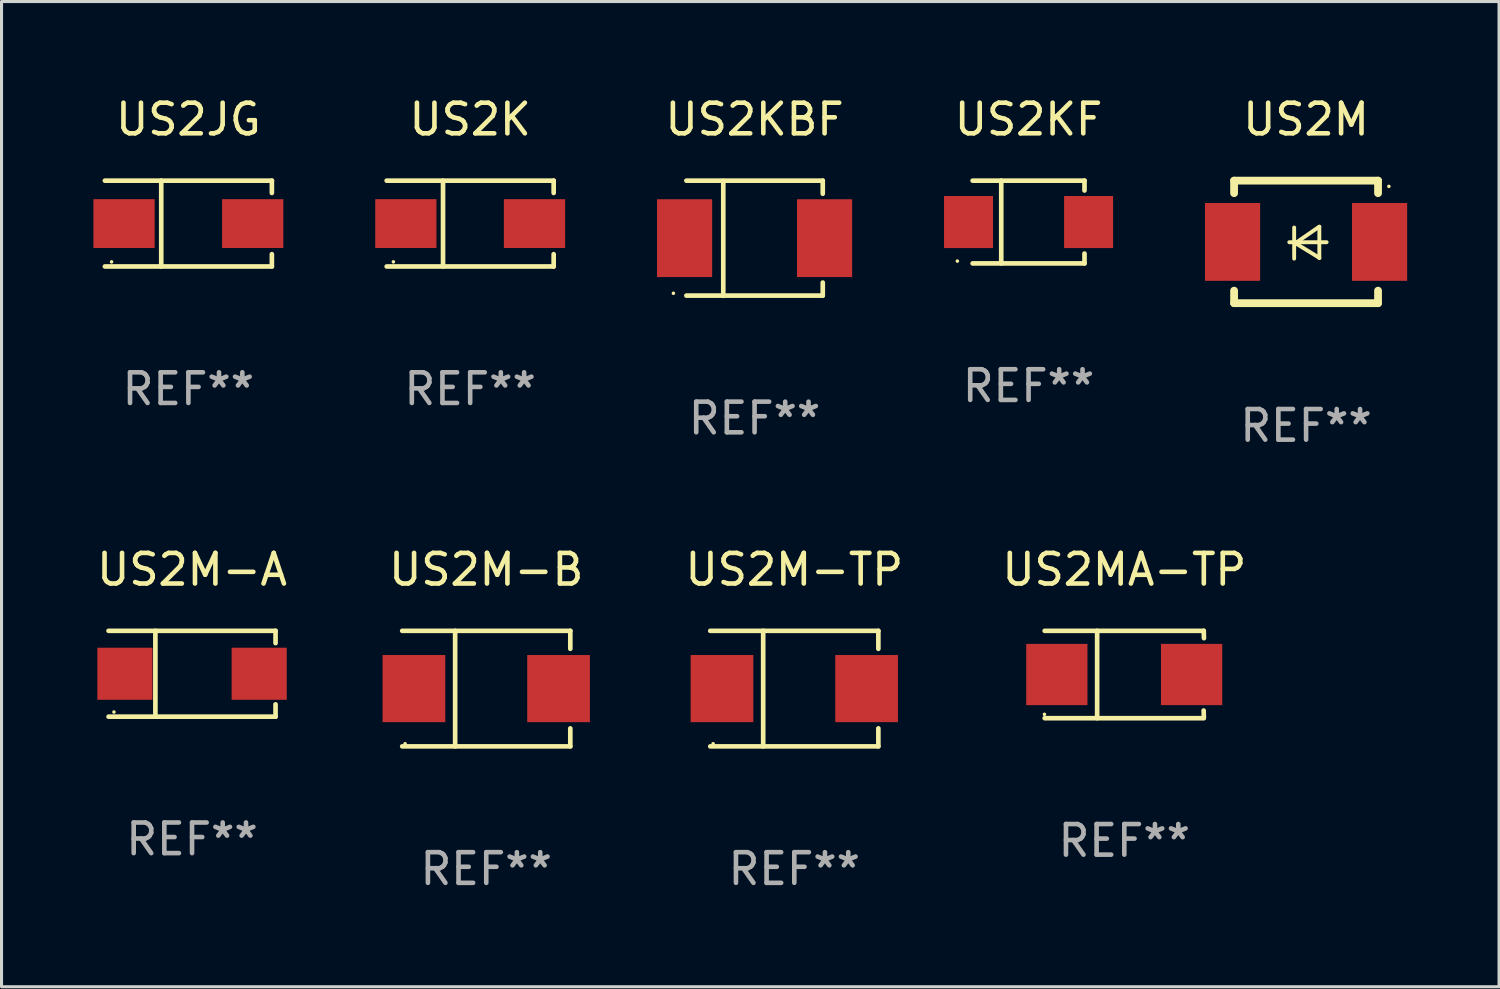
<source format=kicad_pcb>
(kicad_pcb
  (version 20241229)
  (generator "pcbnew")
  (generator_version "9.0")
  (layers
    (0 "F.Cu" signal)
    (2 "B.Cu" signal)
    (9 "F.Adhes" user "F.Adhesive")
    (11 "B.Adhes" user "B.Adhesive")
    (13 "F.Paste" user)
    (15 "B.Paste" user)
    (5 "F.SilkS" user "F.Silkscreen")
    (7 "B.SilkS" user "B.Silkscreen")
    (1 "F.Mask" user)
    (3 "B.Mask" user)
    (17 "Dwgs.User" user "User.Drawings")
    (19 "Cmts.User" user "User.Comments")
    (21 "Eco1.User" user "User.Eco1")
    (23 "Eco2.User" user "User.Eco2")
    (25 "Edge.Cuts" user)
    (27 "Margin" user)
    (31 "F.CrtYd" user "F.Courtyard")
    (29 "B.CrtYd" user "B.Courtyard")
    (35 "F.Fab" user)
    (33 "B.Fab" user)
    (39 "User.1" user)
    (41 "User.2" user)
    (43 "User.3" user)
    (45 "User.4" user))
  (footprint "US2K"
    (layer "F.Cu")
    (at 12.3 4.249)
    (property "Reference" "US2K" (at 0 -3.401 0) (layer "F.SilkS") (effects (font (size 1 1) (thickness 0.15))))
    (attr through_hole)
    (fp_line (start -2.726 -1.401) (end 2.726 -1.401) (stroke (width 0.152) (type solid)) (layer "F.SilkS"))
    (fp_line (start -2.726 1.401) (end 2.726 1.401) (stroke (width 0.152) (type solid)) (layer "F.SilkS"))
    (fp_line (start -0.886 -1.401) (end -0.886 1.401) (stroke (width 0.152) (type solid)) (layer "F.SilkS"))
    (fp_line (start 2.726 -1.401) (end 2.726 -1) (stroke (width 0.152) (type solid)) (layer "F.SilkS"))
    (fp_line (start 2.726 1.401) (end 2.726 1) (stroke (width 0.152) (type solid)) (layer "F.SilkS"))
    (fp_circle (center -2.507 1.25) (end -2.477 1.25) (stroke (width 0.06) (type solid)) (fill no) (layer "F.SilkS"))
    (fp_text user "REF**" (at 0 5.401 0) (layer "F.Fab") (effects (font (size 1 1) (thickness 0.15))))
    (pad "1" smd rect (at -2.1 0 180) (size 2 1.593) (layers "F.Cu" "F.Mask" "F.Paste"))
    (pad "2" smd rect (at 2.1 0 180) (size 2 1.593) (layers "F.Cu" "F.Mask" "F.Paste")))
  (footprint "US2KBF"
    (layer "F.Cu")
    (at 21.585 4.728)
    (property "Reference" "US2KBF" (at 0 -3.88 0) (layer "F.SilkS") (effects (font (size 1 1) (thickness 0.15))))
    (attr through_hole)
    (fp_line (start -2.226 -1.88) (end 2.226 -1.88) (stroke (width 0.152) (type solid)) (layer "F.SilkS"))
    (fp_line (start -2.226 1.873) (end 2.226 1.873) (stroke (width 0.152) (type solid)) (layer "F.SilkS"))
    (fp_line (start -1.022 -1.873) (end -1.022 1.88) (stroke (width 0.152) (type solid)) (layer "F.SilkS"))
    (fp_line (start 2.226 -1.88) (end 2.226 -1.453) (stroke (width 0.152) (type solid)) (layer "F.SilkS"))
    (fp_line (start 2.226 1.447) (end 2.226 1.873) (stroke (width 0.152) (type solid)) (layer "F.SilkS"))
    (fp_circle (center -2.65 1.797) (end -2.62 1.797) (stroke (width 0.06) (type solid)) (fill no) (layer "F.SilkS"))
    (fp_text user "REF**" (at 0 5.88 0) (layer "F.Fab") (effects (font (size 1 1) (thickness 0.15))))
    (pad "1" smd rect (at -2.285 -0.003) (size 1.8 2.54) (layers "F.Cu" "F.Mask" "F.Paste"))
    (pad "2" smd rect (at 2.285 -0.003) (size 1.8 2.54) (layers "F.Cu" "F.Mask" "F.Paste")))
  (footprint "US2JG"
    (layer "F.Cu")
    (at 3.1 4.249)
    (property "Reference" "US2JG" (at 0 -3.401 0) (layer "F.SilkS") (effects (font (size 1 1) (thickness 0.15))))
    (attr through_hole)
    (fp_line (start -2.726 -1.401) (end 2.726 -1.401) (stroke (width 0.152) (type solid)) (layer "F.SilkS"))
    (fp_line (start -2.726 1.401) (end 2.726 1.401) (stroke (width 0.152) (type solid)) (layer "F.SilkS"))
    (fp_line (start -0.886 -1.401) (end -0.886 1.401) (stroke (width 0.152) (type solid)) (layer "F.SilkS"))
    (fp_line (start 2.726 -1.401) (end 2.726 -1) (stroke (width 0.152) (type solid)) (layer "F.SilkS"))
    (fp_line (start 2.726 1.401) (end 2.726 1) (stroke (width 0.152) (type solid)) (layer "F.SilkS"))
    (fp_circle (center -2.507 1.25) (end -2.477 1.25) (stroke (width 0.06) (type solid)) (fill no) (layer "F.SilkS"))
    (fp_text user "REF**" (at 0 5.401 0) (layer "F.Fab") (effects (font (size 1 1) (thickness 0.15))))
    (pad "1" smd rect (at -2.1 0 180) (size 2 1.593) (layers "F.Cu" "F.Mask" "F.Paste"))
    (pad "2" smd rect (at 2.1 0 180) (size 2 1.593) (layers "F.Cu" "F.Mask" "F.Paste")))
  (footprint "US2M-B"
    (layer "F.Cu")
    (at 12.825 19.431)
    (property "Reference" "US2M-B" (at 0 -3.886 0) (layer "F.SilkS") (effects (font (size 1 1) (thickness 0.15))))
    (attr through_hole)
    (fp_line (start -2.744 -1.886) (end 2.744 -1.886) (stroke (width 0.152) (type solid)) (layer "F.SilkS"))
    (fp_line (start -2.744 1.886) (end 2.744 1.886) (stroke (width 0.152) (type solid)) (layer "F.SilkS"))
    (fp_line (start -1.016 -1.886) (end -1.016 1.886) (stroke (width 0.152) (type solid)) (layer "F.SilkS"))
    (fp_line (start 2.744 -1.886) (end 2.744 -1.299) (stroke (width 0.152) (type solid)) (layer "F.SilkS"))
    (fp_line (start 2.744 1.886) (end 2.744 1.299) (stroke (width 0.152) (type solid)) (layer "F.SilkS"))
    (fp_circle (center -2.65 1.8) (end -2.62 1.8) (stroke (width 0.06) (type solid)) (fill no) (layer "F.SilkS"))
    (fp_text user "REF**" (at 0 5.886 0) (layer "F.Fab") (effects (font (size 1 1) (thickness 0.15))))
    (pad "1" smd rect (at -2.361 0) (size 2.047 2.192) (layers "F.Cu" "F.Mask" "F.Paste"))
    (pad "2" smd rect (at 2.361 0) (size 2.047 2.192) (layers "F.Cu" "F.Mask" "F.Paste")))
  (footprint "US2MA-TP"
    (layer "F.Cu")
    (at 33.656 18.971)
    (property "Reference" "US2MA-TP" (at 0 -3.426 0) (layer "F.SilkS") (effects (font (size 1 1) (thickness 0.15))))
    (attr through_hole)
    (fp_line (start -2.6 -1.426) (end 2.593 -1.426) (stroke (width 0.152) (type solid)) (layer "F.SilkS"))
    (fp_line (start -2.6 1.426) (end 2.593 1.426) (stroke (width 0.152) (type solid)) (layer "F.SilkS"))
    (fp_line (start -0.887 -1.426) (end -0.887 1.426) (stroke (width 0.152) (type solid)) (layer "F.SilkS"))
    (fp_line (start 2.59 1.176) (end 2.597 1.415) (stroke (width 0.152) (type solid)) (layer "F.SilkS"))
    (fp_line (start 2.593 -1.426) (end 2.6 -1.187) (stroke (width 0.152) (type solid)) (layer "F.SilkS"))
    (fp_circle (center -2.608 1.3) (end -2.578 1.3) (stroke (width 0.06) (type solid)) (fill no) (layer "F.SilkS"))
    (fp_text user "REF**" (at 0 5.426 0) (layer "F.Fab") (effects (font (size 1 1) (thickness 0.15))))
    (pad "1" smd rect (at -2.203 0 180) (size 2 2) (layers "F.Cu" "F.Mask" "F.Paste"))
    (pad "2" smd rect (at 2.197 0 180) (size 2 2) (layers "F.Cu" "F.Mask" "F.Paste")))
  (footprint "US2KF"
    (layer "F.Cu")
    (at 30.53 4.199)
    (property "Reference" "US2KF" (at 0 -3.351 0) (layer "F.SilkS") (effects (font (size 1 1) (thickness 0.15))))
    (attr through_hole)
    (fp_line (start -1.826 -1.351) (end 1.826 -1.351) (stroke (width 0.152) (type solid)) (layer "F.SilkS"))
    (fp_line (start -1.826 1.351) (end 1.826 1.351) (stroke (width 0.152) (type solid)) (layer "F.SilkS"))
    (fp_line (start -0.892 -1.351) (end -0.892 1.351) (stroke (width 0.152) (type solid)) (layer "F.SilkS"))
    (fp_line (start 1.826 -1.351) (end 1.826 -1.03) (stroke (width 0.152) (type solid)) (layer "F.SilkS"))
    (fp_line (start 1.826 1.03) (end 1.826 1.351) (stroke (width 0.152) (type solid)) (layer "F.SilkS"))
    (fp_circle (center -2.325 1.275) (end -2.295 1.275) (stroke (width 0.06) (type solid)) (fill no) (layer "F.SilkS"))
    (fp_text user "REF**" (at 0 5.351 0) (layer "F.Fab") (effects (font (size 1 1) (thickness 0.15))))
    (pad "1" smd rect (at -1.96 0 180) (size 1.6 1.7) (layers "F.Cu" "F.Mask" "F.Paste"))
    (pad "2" smd rect (at 1.96 0 180) (size 1.6 1.7) (layers "F.Cu" "F.Mask" "F.Paste")))
  (footprint "US2M-A"
    (layer "F.Cu")
    (at 3.22 18.946)
    (property "Reference" "US2M-A" (at 0 -3.401 0) (layer "F.SilkS") (effects (font (size 1 1) (thickness 0.15))))
    (attr through_hole)
    (fp_line (start -2.726 -1.401) (end 2.726 -1.401) (stroke (width 0.152) (type solid)) (layer "F.SilkS"))
    (fp_line (start -2.726 1.401) (end 2.726 1.401) (stroke (width 0.152) (type solid)) (layer "F.SilkS"))
    (fp_line (start -1.197 -1.401) (end -1.197 1.401) (stroke (width 0.152) (type solid)) (layer "F.SilkS"))
    (fp_line (start 2.726 -1.401) (end 2.726 -1) (stroke (width 0.152) (type solid)) (layer "F.SilkS"))
    (fp_line (start 2.726 1.401) (end 2.726 1) (stroke (width 0.152) (type solid)) (layer "F.SilkS"))
    (fp_circle (center -2.55 1.25) (end -2.52 1.25) (stroke (width 0.06) (type solid)) (fill no) (layer "F.SilkS"))
    (fp_text user "REF**" (at 0 5.401 0) (layer "F.Fab") (effects (font (size 1 1) (thickness 0.15))))
    (pad "1" smd rect (at -2.192 0) (size 1.8 1.7) (layers "F.Cu" "F.Mask" "F.Paste"))
    (pad "2" smd rect (at 2.192 0) (size 1.8 1.7) (layers "F.Cu" "F.Mask" "F.Paste")))
  (footprint "US2M-TP"
    (layer "F.Cu")
    (at 22.882 19.431)
    (property "Reference" "US2M-TP" (at 0 -3.886 0) (layer "F.SilkS") (effects (font (size 1 1) (thickness 0.15))))
    (attr through_hole)
    (fp_line (start -2.744 -1.886) (end 2.744 -1.886) (stroke (width 0.152) (type solid)) (layer "F.SilkS"))
    (fp_line (start -2.744 1.886) (end 2.744 1.886) (stroke (width 0.152) (type solid)) (layer "F.SilkS"))
    (fp_line (start -1.016 -1.886) (end -1.016 1.886) (stroke (width 0.152) (type solid)) (layer "F.SilkS"))
    (fp_line (start 2.744 -1.886) (end 2.744 -1.299) (stroke (width 0.152) (type solid)) (layer "F.SilkS"))
    (fp_line (start 2.744 1.886) (end 2.744 1.299) (stroke (width 0.152) (type solid)) (layer "F.SilkS"))
    (fp_circle (center -2.65 1.8) (end -2.62 1.8) (stroke (width 0.06) (type solid)) (fill no) (layer "F.SilkS"))
    (fp_text user "REF**" (at 0 5.886 0) (layer "F.Fab") (effects (font (size 1 1) (thickness 0.15))))
    (pad "1" smd rect (at -2.361 0) (size 2.047 2.192) (layers "F.Cu" "F.Mask" "F.Paste"))
    (pad "2" smd rect (at 2.361 0) (size 2.047 2.192) (layers "F.Cu" "F.Mask" "F.Paste")))
  (footprint "US2M"
    (layer "F.Cu")
    (at 39.59 4.848)
    (property "Reference" "US2M" (at 0 -4 0) (layer "F.SilkS") (effects (font (size 1 1) (thickness 0.15))))
    (attr through_hole)
    (fp_line (start -2.35 -2) (end -2.35 -1.591) (stroke (width 0.254) (type solid)) (layer "F.SilkS"))
    (fp_line (start -2.35 -2) (end 2.35 -2) (stroke (width 0.254) (type solid)) (layer "F.SilkS"))
    (fp_line (start -2.35 1.591) (end -2.35 2) (stroke (width 0.254) (type solid)) (layer "F.SilkS"))
    (fp_line (start -2.35 2) (end 2.35 2) (stroke (width 0.254) (type solid)) (layer "F.SilkS"))
    (fp_line (start -0.548 0.01) (end 0.671 0.01) (stroke (width 0.127) (type solid)) (layer "F.SilkS"))
    (fp_line (start -0.389 -0.47) (end -0.389 0.546) (stroke (width 0.127) (type solid)) (layer "F.SilkS"))
    (fp_line (start -0.35 0.04) (end 0.433 0.52) (stroke (width 0.127) (type solid)) (layer "F.SilkS"))
    (fp_line (start 0.433 -0.5) (end -0.35 0.04) (stroke (width 0.127) (type solid)) (layer "F.SilkS"))
    (fp_line (start 0.433 0.53) (end 0.433 -0.486) (stroke (width 0.127) (type solid)) (layer "F.SilkS"))
    (fp_line (start 2.35 -2) (end 2.35 -1.591) (stroke (width 0.254) (type solid)) (layer "F.SilkS"))
    (fp_line (start 2.35 1.591) (end 2.35 2) (stroke (width 0.254) (type solid)) (layer "F.SilkS"))
    (fp_circle (center 2.704 -1.813) (end 2.734 -1.813) (stroke (width 0.06) (type solid)) (fill no) (layer "F.SilkS"))
    (fp_text user "REF**" (at 0 6 0) (layer "F.Fab") (effects (font (size 1 1) (thickness 0.15))))
    (pad "1" smd rect (at 2.4 0) (size 1.8 2.54) (layers "F.Cu" "F.Mask" "F.Paste"))
    (pad "2" smd rect (at -2.4 0) (size 1.8 2.54) (layers "F.Cu" "F.Mask" "F.Paste")))
  (gr_rect
    (start -3 -3)
    (end 45.89 29.165)
    (stroke (width 0.1) (type default))
    (fill no)
    (layer "Edge.Cuts")))
</source>
